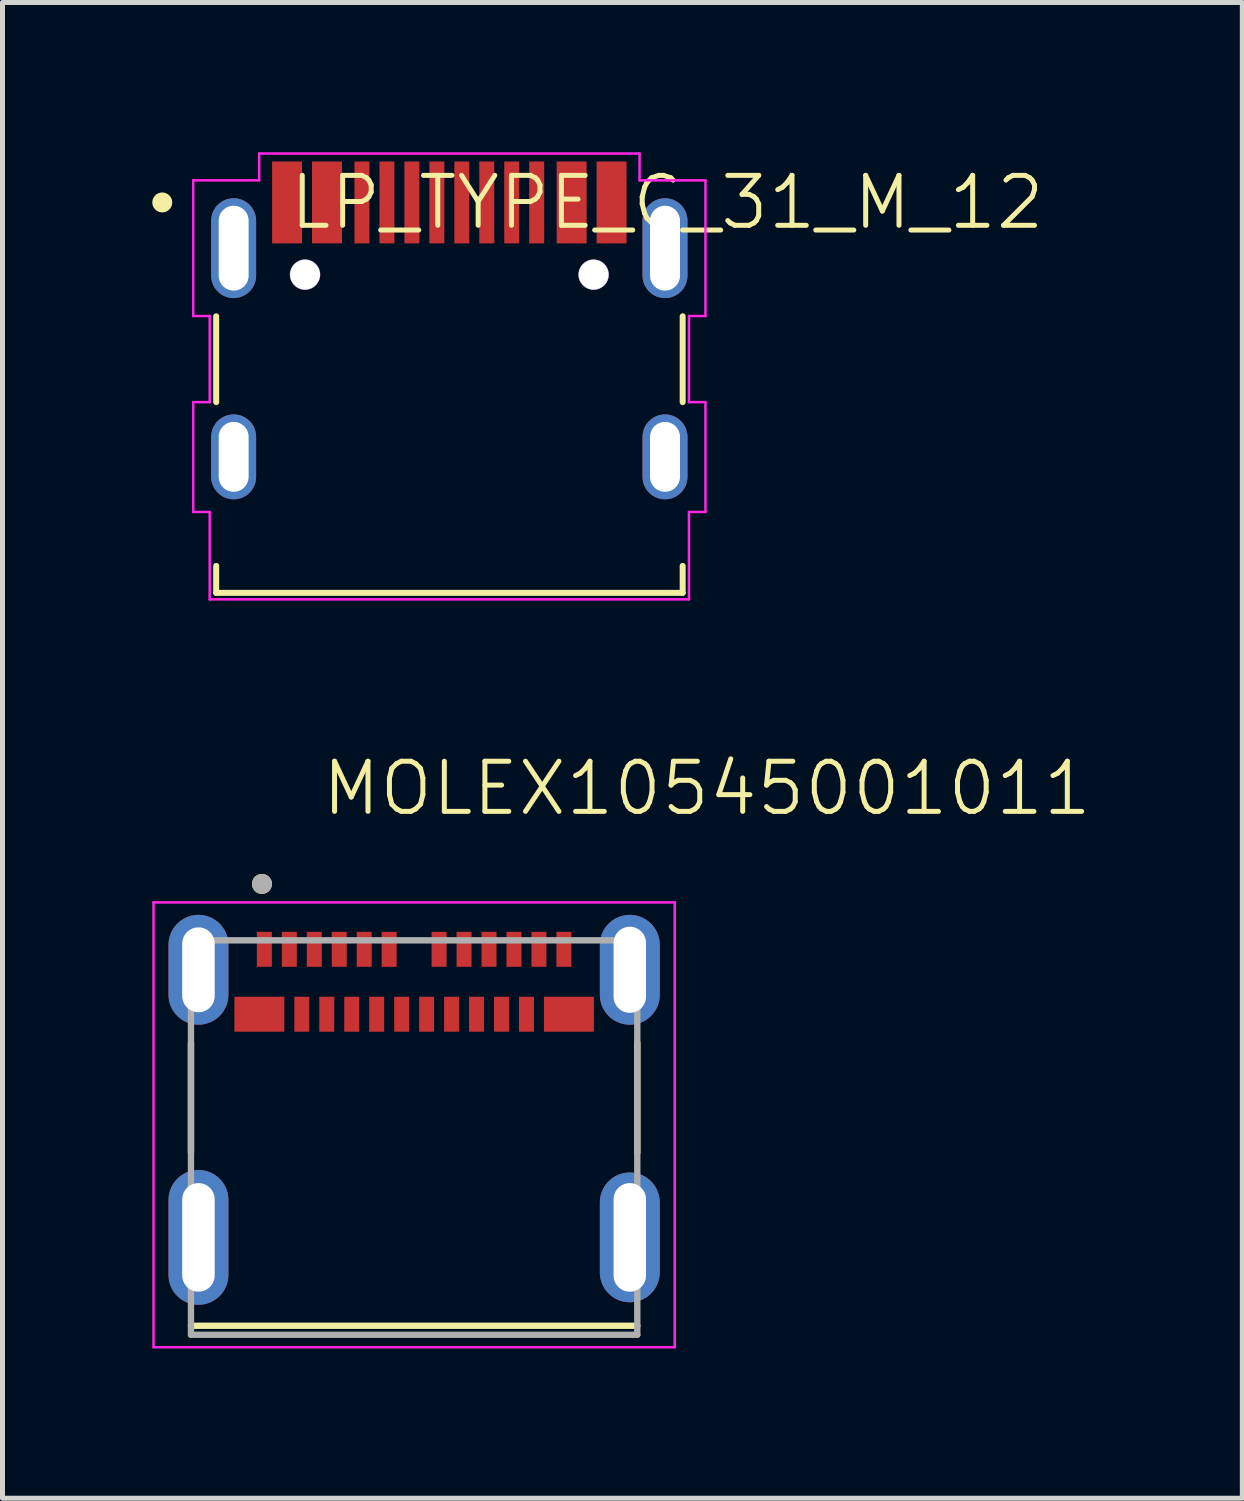
<source format=kicad_pcb>
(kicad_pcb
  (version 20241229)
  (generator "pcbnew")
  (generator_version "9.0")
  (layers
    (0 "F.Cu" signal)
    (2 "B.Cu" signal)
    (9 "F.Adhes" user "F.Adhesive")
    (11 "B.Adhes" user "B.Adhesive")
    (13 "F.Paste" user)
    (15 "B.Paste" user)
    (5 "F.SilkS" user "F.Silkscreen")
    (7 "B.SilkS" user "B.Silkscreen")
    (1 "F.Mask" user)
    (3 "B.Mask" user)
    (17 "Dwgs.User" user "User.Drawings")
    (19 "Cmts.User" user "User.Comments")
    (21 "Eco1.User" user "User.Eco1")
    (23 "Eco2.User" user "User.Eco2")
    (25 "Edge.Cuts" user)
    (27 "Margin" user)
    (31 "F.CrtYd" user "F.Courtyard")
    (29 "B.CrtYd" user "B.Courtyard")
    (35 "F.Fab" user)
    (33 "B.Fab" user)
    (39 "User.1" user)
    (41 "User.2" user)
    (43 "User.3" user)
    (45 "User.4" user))
  (footprint "LP_TYPE_C_31_M_12"
    (layer "F.Cu")
    (at 2.7 1.005)
    (property "Reference" "LP_TYPE_C_31_M_12" (at 0 0 0) (layer "F.SilkS") (effects (font (size 1 1) (thickness 0.1)) (justify left)))
    (fp_poly (pts (xy -0.35 0.87) (xy 0.35 0.87) (xy 0.35 -0.87) (xy -0.35 -0.87)) (stroke (width 0) (type solid)) (fill yes) (layer "F.Mask"))
    (fp_poly (pts (xy 0.45 0.87) (xy 1.15 0.87) (xy 1.15 -0.87) (xy 0.45 -0.87)) (stroke (width 0) (type solid)) (fill yes) (layer "F.Mask"))
    (fp_poly (pts (xy 1.3 0.87) (xy 1.7 0.87) (xy 1.7 -0.87) (xy 1.3 -0.87)) (stroke (width 0) (type solid)) (fill yes) (layer "F.Mask"))
    (fp_poly (pts (xy 1.8 0.87) (xy 2.2 0.87) (xy 2.2 -0.87) (xy 1.8 -0.87)) (stroke (width 0) (type solid)) (fill yes) (layer "F.Mask"))
    (fp_poly (pts (xy 2.3 0.87) (xy 2.7 0.87) (xy 2.7 -0.87) (xy 2.3 -0.87)) (stroke (width 0) (type solid)) (fill yes) (layer "F.Mask"))
    (fp_poly (pts (xy 2.8 0.87) (xy 3.2 0.87) (xy 3.2 -0.87) (xy 2.8 -0.87)) (stroke (width 0) (type solid)) (fill yes) (layer "F.Mask"))
    (fp_poly (pts (xy 3.3 0.87) (xy 3.7 0.87) (xy 3.7 -0.87) (xy 3.3 -0.87)) (stroke (width 0) (type solid)) (fill yes) (layer "F.Mask"))
    (fp_poly (pts (xy 3.8 0.87) (xy 4.2 0.87) (xy 4.2 -0.87) (xy 3.8 -0.87)) (stroke (width 0) (type solid)) (fill yes) (layer "F.Mask"))
    (fp_poly (pts (xy 4.3 0.87) (xy 4.7 0.87) (xy 4.7 -0.87) (xy 4.3 -0.87)) (stroke (width 0) (type solid)) (fill yes) (layer "F.Mask"))
    (fp_poly (pts (xy 4.8 0.87) (xy 5.2 0.87) (xy 5.2 -0.87) (xy 4.8 -0.87)) (stroke (width 0) (type solid)) (fill yes) (layer "F.Mask"))
    (fp_poly (pts (xy 5.35 0.87) (xy 6.05 0.87) (xy 6.05 -0.87) (xy 5.35 -0.87)) (stroke (width 0) (type solid)) (fill yes) (layer "F.Mask"))
    (fp_poly (pts (xy 6.15 0.87) (xy 6.85 0.87) (xy 6.85 -0.87) (xy 6.15 -0.87)) (stroke (width 0) (type solid)) (fill yes) (layer "F.Mask"))
    (fp_poly (pts (xy -0.57 0.366) (xy -0.58 0.268) (xy -0.608 0.175) (xy -0.654 0.088) (xy -0.716 0.012) (xy -0.792 -0.05) (xy -0.879 -0.096) (xy -0.972 -0.124) (xy -1.07 -0.134) (xy -1.168 -0.124) (xy -1.261 -0.096) (xy -1.348 -0.05) (xy -1.424 0.012) (xy -1.486 0.088) (xy -1.532 0.175) (xy -1.56 0.268) (xy -1.57 0.366) (xy -1.57 1.466) (xy -1.56 1.564) (xy -1.532 1.657) (xy -1.486 1.744) (xy -1.424 1.82) (xy -1.348 1.882) (xy -1.261 1.928) (xy -1.168 1.956) (xy -1.07 1.966) (xy -0.972 1.956) (xy -0.879 1.928) (xy -0.792 1.882) (xy -0.716 1.82) (xy -0.654 1.744) (xy -0.608 1.657) (xy -0.58 1.564) (xy -0.57 1.466)) (stroke (width 0) (type solid)) (fill yes) (layer "F.Mask"))
    (fp_poly (pts (xy -0.57 4.696) (xy -0.58 4.598) (xy -0.608 4.505) (xy -0.654 4.418) (xy -0.716 4.342) (xy -0.792 4.28) (xy -0.879 4.234) (xy -0.972 4.206) (xy -1.07 4.196) (xy -1.168 4.206) (xy -1.261 4.234) (xy -1.348 4.28) (xy -1.424 4.342) (xy -1.486 4.418) (xy -1.532 4.505) (xy -1.56 4.598) (xy -1.57 4.696) (xy -1.57 5.496) (xy -1.56 5.594) (xy -1.532 5.687) (xy -1.486 5.774) (xy -1.424 5.85) (xy -1.348 5.912) (xy -1.261 5.958) (xy -1.168 5.986) (xy -1.07 5.996) (xy -0.972 5.986) (xy -0.879 5.958) (xy -0.792 5.912) (xy -0.716 5.85) (xy -0.654 5.774) (xy -0.608 5.687) (xy -0.58 5.594) (xy -0.57 5.496)) (stroke (width 0) (type solid)) (fill yes) (layer "F.Mask"))
    (fp_poly (pts (xy 8.07 0.366) (xy 8.06 0.268) (xy 8.032 0.175) (xy 7.986 0.088) (xy 7.924 0.012) (xy 7.848 -0.05) (xy 7.761 -0.096) (xy 7.668 -0.124) (xy 7.57 -0.134) (xy 7.472 -0.124) (xy 7.379 -0.096) (xy 7.292 -0.05) (xy 7.216 0.012) (xy 7.154 0.088) (xy 7.108 0.175) (xy 7.08 0.268) (xy 7.07 0.366) (xy 7.07 1.466) (xy 7.08 1.564) (xy 7.108 1.657) (xy 7.154 1.744) (xy 7.216 1.82) (xy 7.292 1.882) (xy 7.379 1.928) (xy 7.472 1.956) (xy 7.57 1.966) (xy 7.668 1.956) (xy 7.761 1.928) (xy 7.848 1.882) (xy 7.924 1.82) (xy 7.986 1.744) (xy 8.032 1.657) (xy 8.06 1.564) (xy 8.07 1.466)) (stroke (width 0) (type solid)) (fill yes) (layer "F.Mask"))
    (fp_poly (pts (xy 8.07 4.696) (xy 8.06 4.598) (xy 8.032 4.505) (xy 7.986 4.418) (xy 7.924 4.342) (xy 7.848 4.28) (xy 7.761 4.234) (xy 7.668 4.206) (xy 7.57 4.196) (xy 7.472 4.206) (xy 7.379 4.234) (xy 7.292 4.28) (xy 7.216 4.342) (xy 7.154 4.418) (xy 7.108 4.505) (xy 7.08 4.598) (xy 7.07 4.696) (xy 7.07 5.496) (xy 7.08 5.594) (xy 7.108 5.687) (xy 7.154 5.774) (xy 7.216 5.85) (xy 7.292 5.912) (xy 7.379 5.958) (xy 7.472 5.986) (xy 7.57 5.996) (xy 7.668 5.986) (xy 7.761 5.958) (xy 7.848 5.912) (xy 7.924 5.85) (xy 7.986 5.774) (xy 8.032 5.687) (xy 8.06 5.594) (xy 8.07 5.496)) (stroke (width 0) (type solid)) (fill yes) (layer "F.Mask"))
    (fp_poly (pts (xy -0.57 0.366) (xy -0.58 0.268) (xy -0.608 0.175) (xy -0.654 0.088) (xy -0.716 0.012) (xy -0.792 -0.05) (xy -0.879 -0.096) (xy -0.972 -0.124) (xy -1.07 -0.134) (xy -1.168 -0.124) (xy -1.261 -0.096) (xy -1.348 -0.05) (xy -1.424 0.012) (xy -1.486 0.088) (xy -1.532 0.175) (xy -1.56 0.268) (xy -1.57 0.366) (xy -1.57 1.466) (xy -1.56 1.564) (xy -1.532 1.657) (xy -1.486 1.744) (xy -1.424 1.82) (xy -1.348 1.882) (xy -1.261 1.928) (xy -1.168 1.956) (xy -1.07 1.966) (xy -0.972 1.956) (xy -0.879 1.928) (xy -0.792 1.882) (xy -0.716 1.82) (xy -0.654 1.744) (xy -0.608 1.657) (xy -0.58 1.564) (xy -0.57 1.466)) (stroke (width 0) (type solid)) (fill yes) (layer "B.Mask"))
    (fp_poly (pts (xy -0.57 4.696) (xy -0.58 4.598) (xy -0.608 4.505) (xy -0.654 4.418) (xy -0.716 4.342) (xy -0.792 4.28) (xy -0.879 4.234) (xy -0.972 4.206) (xy -1.07 4.196) (xy -1.168 4.206) (xy -1.261 4.234) (xy -1.348 4.28) (xy -1.424 4.342) (xy -1.486 4.418) (xy -1.532 4.505) (xy -1.56 4.598) (xy -1.57 4.696) (xy -1.57 5.496) (xy -1.56 5.594) (xy -1.532 5.687) (xy -1.486 5.774) (xy -1.424 5.85) (xy -1.348 5.912) (xy -1.261 5.958) (xy -1.168 5.986) (xy -1.07 5.996) (xy -0.972 5.986) (xy -0.879 5.958) (xy -0.792 5.912) (xy -0.716 5.85) (xy -0.654 5.774) (xy -0.608 5.687) (xy -0.58 5.594) (xy -0.57 5.496)) (stroke (width 0) (type solid)) (fill yes) (layer "B.Mask"))
    (fp_poly (pts (xy 8.07 0.366) (xy 8.06 0.268) (xy 8.032 0.175) (xy 7.986 0.088) (xy 7.924 0.012) (xy 7.848 -0.05) (xy 7.761 -0.096) (xy 7.668 -0.124) (xy 7.57 -0.134) (xy 7.472 -0.124) (xy 7.379 -0.096) (xy 7.292 -0.05) (xy 7.216 0.012) (xy 7.154 0.088) (xy 7.108 0.175) (xy 7.08 0.268) (xy 7.07 0.366) (xy 7.07 1.466) (xy 7.08 1.564) (xy 7.108 1.657) (xy 7.154 1.744) (xy 7.216 1.82) (xy 7.292 1.882) (xy 7.379 1.928) (xy 7.472 1.956) (xy 7.57 1.966) (xy 7.668 1.956) (xy 7.761 1.928) (xy 7.848 1.882) (xy 7.924 1.82) (xy 7.986 1.744) (xy 8.032 1.657) (xy 8.06 1.564) (xy 8.07 1.466)) (stroke (width 0) (type solid)) (fill yes) (layer "B.Mask"))
    (fp_poly (pts (xy 8.07 4.696) (xy 8.06 4.598) (xy 8.032 4.505) (xy 7.986 4.418) (xy 7.924 4.342) (xy 7.848 4.28) (xy 7.761 4.234) (xy 7.668 4.206) (xy 7.57 4.196) (xy 7.472 4.206) (xy 7.379 4.234) (xy 7.292 4.28) (xy 7.216 4.342) (xy 7.154 4.418) (xy 7.108 4.505) (xy 7.08 4.598) (xy 7.07 4.696) (xy 7.07 5.496) (xy 7.08 5.594) (xy 7.108 5.687) (xy 7.154 5.774) (xy 7.216 5.85) (xy 7.292 5.912) (xy 7.379 5.958) (xy 7.472 5.986) (xy 7.57 5.996) (xy 7.668 5.986) (xy 7.761 5.958) (xy 7.848 5.912) (xy 7.924 5.85) (xy 7.986 5.774) (xy 8.032 5.687) (xy 8.06 5.594) (xy 8.07 5.496)) (stroke (width 0) (type solid)) (fill yes) (layer "B.Mask"))
    (fp_line (start -1.42 2.28) (end -1.42 4) (stroke (width 0.12) (type solid)) (layer "F.SilkS"))
    (fp_line (start -1.42 7.28) (end -1.42 7.82) (stroke (width 0.12) (type solid)) (layer "F.SilkS"))
    (fp_line (start -1.42 7.82) (end 7.924 7.82) (stroke (width 0.12) (type solid)) (layer "F.SilkS"))
    (fp_line (start 7.924 4) (end 7.924 2.28) (stroke (width 0.12) (type solid)) (layer "F.SilkS"))
    (fp_line (start 7.924 7.82) (end 7.924 7.28) (stroke (width 0.12) (type solid)) (layer "F.SilkS"))
    (fp_poly (pts (xy -2.3 0) (xy -2.304 -0.039) (xy -2.315 -0.077) (xy -2.334 -0.111) (xy -2.359 -0.141) (xy -2.389 -0.166) (xy -2.423 -0.185) (xy -2.461 -0.196) (xy -2.5 -0.2) (xy -2.539 -0.196) (xy -2.577 -0.185) (xy -2.611 -0.166) (xy -2.641 -0.141) (xy -2.666 -0.111) (xy -2.685 -0.077) (xy -2.696 -0.039) (xy -2.7 0) (xy -2.696 0.039) (xy -2.685 0.077) (xy -2.666 0.111) (xy -2.641 0.141) (xy -2.611 0.166) (xy -2.577 0.185) (xy -2.539 0.196) (xy -2.5 0.2) (xy -2.461 0.196) (xy -2.423 0.185) (xy -2.389 0.166) (xy -2.359 0.141) (xy -2.334 0.111) (xy -2.315 0.077) (xy -2.304 0.039)) (stroke (width 0) (type solid)) (fill yes) (layer "F.SilkS"))
    (fp_line (start -1.88 -0.443) (end -1.88 2.275) (stroke (width 0.05) (type solid)) (layer "F.CrtYd"))
    (fp_line (start -1.88 2.275) (end -1.55 2.275) (stroke (width 0.05) (type solid)) (layer "F.CrtYd"))
    (fp_line (start -1.88 4) (end -1.88 6.2) (stroke (width 0.05) (type solid)) (layer "F.CrtYd"))
    (fp_line (start -1.88 6.2) (end -1.55 6.2) (stroke (width 0.05) (type solid)) (layer "F.CrtYd"))
    (fp_line (start -1.55 2.275) (end -1.55 4) (stroke (width 0.05) (type solid)) (layer "F.CrtYd"))
    (fp_line (start -1.55 4) (end -1.88 4) (stroke (width 0.05) (type solid)) (layer "F.CrtYd"))
    (fp_line (start -1.55 6.2) (end -1.55 7.95) (stroke (width 0.05) (type solid)) (layer "F.CrtYd"))
    (fp_line (start -1.55 7.95) (end 8.05 7.95) (stroke (width 0.05) (type solid)) (layer "F.CrtYd"))
    (fp_line (start -0.559 -0.98) (end -0.559 -0.443) (stroke (width 0.05) (type solid)) (layer "F.CrtYd"))
    (fp_line (start -0.559 -0.443) (end -1.88 -0.443) (stroke (width 0.05) (type solid)) (layer "F.CrtYd"))
    (fp_line (start 7.06 -0.98) (end -0.559 -0.98) (stroke (width 0.05) (type solid)) (layer "F.CrtYd"))
    (fp_line (start 7.06 -0.443) (end 7.06 -0.98) (stroke (width 0.05) (type solid)) (layer "F.CrtYd"))
    (fp_line (start 8.05 2.275) (end 8.38 2.275) (stroke (width 0.05) (type solid)) (layer "F.CrtYd"))
    (fp_line (start 8.05 4) (end 8.05 2.275) (stroke (width 0.05) (type solid)) (layer "F.CrtYd"))
    (fp_line (start 8.05 6.2) (end 8.38 6.2) (stroke (width 0.05) (type solid)) (layer "F.CrtYd"))
    (fp_line (start 8.05 7.95) (end 8.05 6.2) (stroke (width 0.05) (type solid)) (layer "F.CrtYd"))
    (fp_line (start 8.38 -0.443) (end 7.06 -0.443) (stroke (width 0.05) (type solid)) (layer "F.CrtYd"))
    (fp_line (start 8.38 2.275) (end 8.38 -0.443) (stroke (width 0.05) (type solid)) (layer "F.CrtYd"))
    (fp_line (start 8.38 4) (end 8.05 4) (stroke (width 0.05) (type solid)) (layer "F.CrtYd"))
    (fp_line (start 8.38 6.2) (end 8.38 4) (stroke (width 0.05) (type solid)) (layer "F.CrtYd"))
    (pad "13" thru_hole oval (at -1.07 0.916 90) (size 2 0.9) (drill oval 1.7 0.6) (layers "*.Cu"))
    (pad "14" thru_hole oval (at 7.57 0.916 90) (size 2 0.9) (drill oval 1.7 0.6) (layers "*.Cu"))
    (pad "15" thru_hole oval (at -1.07 5.096 90) (size 1.7 0.9) (drill oval 1.4 0.6) (layers "*.Cu"))
    (pad "16" thru_hole oval (at 7.57 5.096 90) (size 1.7 0.9) (drill oval 1.4 0.6) (layers "*.Cu"))
    (pad "17" thru_hole circle (at 0.36 1.446 90) (size 0.61 0.61) (drill 0.6) (layers "*.Cu"))
    (pad "18" thru_hole circle (at 6.14 1.446 90) (size 0.61 0.61) (drill 0.6) (layers "*.Cu"))
    (pad "A1-B12" smd rect (at 0 0) (size 0.6 1.64) (layers "F.Cu" "F.Paste"))
    (pad "A4-B9" smd rect (at 0.8 0) (size 0.6 1.64) (layers "F.Cu" "F.Paste"))
    (pad "A5" smd rect (at 2 0) (size 0.3 1.64) (layers "F.Cu" "F.Paste"))
    (pad "A6" smd rect (at 3 0) (size 0.3 1.64) (layers "F.Cu" "F.Paste"))
    (pad "A7" smd rect (at 3.5 0) (size 0.3 1.64) (layers "F.Cu" "F.Paste"))
    (pad "A8" smd rect (at 4.5 0) (size 0.3 1.64) (layers "F.Cu" "F.Paste"))
    (pad "B1-A12" smd rect (at 6.5 0) (size 0.6 1.64) (layers "F.Cu" "F.Paste"))
    (pad "B4-A9" smd rect (at 5.7 0) (size 0.6 1.64) (layers "F.Cu" "F.Paste"))
    (pad "B5" smd rect (at 5 0) (size 0.3 1.64) (layers "F.Cu" "F.Paste"))
    (pad "B6" smd rect (at 4 0) (size 0.3 1.64) (layers "F.Cu" "F.Paste"))
    (pad "B7" smd rect (at 2.5 0) (size 0.3 1.64) (layers "F.Cu" "F.Paste"))
    (pad "B8" smd rect (at 1.5 0) (size 0.3 1.64) (layers "F.Cu" "F.Paste")))
  (footprint "MOLEX10545001011"
    (layer "F.Cu")
    (at 5.245 19.735)
    (property "Reference" "MOLEX10545001011" (at -1.899 -6.993 0) (layer "F.SilkS") (effects (font (size 1.004 1.004) (thickness 0.1)) (justify left)))
    (fp_line (start -4.47 0.3) (end -4.47 -1.9) (stroke (width 0.127) (type solid)) (layer "F.SilkS"))
    (fp_line (start -4.47 3.77) (end 4.47 3.77) (stroke (width 0.127) (type solid)) (layer "F.SilkS"))
    (fp_line (start 4.47 0.3) (end 4.47 -1.9) (stroke (width 0.127) (type solid)) (layer "F.SilkS"))
    (fp_arc (start -2.948 -5.08) (mid -3.148 -5.08) (end -2.948 -5.08) (stroke (width 0.2) (type solid)) (layer "F.SilkS"))
    (fp_line (start -5.22 -4.71) (end 5.22 -4.71) (stroke (width 0.05) (type solid)) (layer "F.CrtYd"))
    (fp_line (start -5.22 4.2) (end -5.22 -4.71) (stroke (width 0.05) (type solid)) (layer "F.CrtYd"))
    (fp_line (start 5.22 -4.71) (end 5.22 4.2) (stroke (width 0.05) (type solid)) (layer "F.CrtYd"))
    (fp_line (start 5.22 4.2) (end -5.22 4.2) (stroke (width 0.05) (type solid)) (layer "F.CrtYd"))
    (fp_line (start -4.47 -3.95) (end -4.47 3.95) (stroke (width 0.127) (type solid)) (layer "F.Fab"))
    (fp_line (start -4.47 3.95) (end 4.47 3.95) (stroke (width 0.127) (type solid)) (layer "F.Fab"))
    (fp_line (start 4.47 -3.95) (end -4.47 -3.95) (stroke (width 0.127) (type solid)) (layer "F.Fab"))
    (fp_line (start 4.47 3.95) (end 4.47 -3.95) (stroke (width 0.127) (type solid)) (layer "F.Fab"))
    (fp_arc (start -2.948 -5.08) (mid -3.148 -5.08) (end -2.948 -5.08) (stroke (width 0.2) (type solid)) (layer "F.Fab"))
    (pad "A1" smd rect (at -3 -3.77) (size 0.3 0.7) (layers "F.Cu" "F.Mask" "F.Paste"))
    (pad "A2" smd rect (at -2.5 -3.77) (size 0.3 0.7) (layers "F.Cu" "F.Mask" "F.Paste"))
    (pad "A3" smd rect (at -2 -3.77) (size 0.3 0.7) (layers "F.Cu" "F.Mask" "F.Paste"))
    (pad "A4" smd rect (at -1.5 -3.77) (size 0.3 0.7) (layers "F.Cu" "F.Mask" "F.Paste"))
    (pad "A5" smd rect (at -1 -3.77) (size 0.3 0.7) (layers "F.Cu" "F.Mask" "F.Paste"))
    (pad "A6" smd rect (at -0.5 -3.77) (size 0.3 0.7) (layers "F.Cu" "F.Mask" "F.Paste"))
    (pad "A7" smd rect (at 0.5 -3.77) (size 0.3 0.7) (layers "F.Cu" "F.Mask" "F.Paste"))
    (pad "A8" smd rect (at 1 -3.77) (size 0.3 0.7) (layers "F.Cu" "F.Mask" "F.Paste"))
    (pad "A9" smd rect (at 1.5 -3.77) (size 0.3 0.7) (layers "F.Cu" "F.Mask" "F.Paste"))
    (pad "A10" smd rect (at 2 -3.77) (size 0.3 0.7) (layers "F.Cu" "F.Mask" "F.Paste"))
    (pad "A11" smd rect (at 2.5 -3.77) (size 0.3 0.7) (layers "F.Cu" "F.Mask" "F.Paste"))
    (pad "A12" smd rect (at 3 -3.77) (size 0.3 0.7) (layers "F.Cu" "F.Mask" "F.Paste"))
    (pad "B1" smd rect (at 3.1 -2.47) (size 1 0.7) (layers "F.Cu" "F.Mask" "F.Paste"))
    (pad "B2" smd rect (at 2.25 -2.47) (size 0.3 0.7) (layers "F.Cu" "F.Mask" "F.Paste"))
    (pad "B3" smd rect (at 1.75 -2.47) (size 0.3 0.7) (layers "F.Cu" "F.Mask" "F.Paste"))
    (pad "B4" smd rect (at 1.25 -2.47) (size 0.3 0.7) (layers "F.Cu" "F.Mask" "F.Paste"))
    (pad "B5" smd rect (at 0.75 -2.47) (size 0.3 0.7) (layers "F.Cu" "F.Mask" "F.Paste"))
    (pad "B6" smd rect (at 0.25 -2.47) (size 0.3 0.7) (layers "F.Cu" "F.Mask" "F.Paste"))
    (pad "B7" smd rect (at -0.25 -2.47) (size 0.3 0.7) (layers "F.Cu" "F.Mask" "F.Paste"))
    (pad "B8" smd rect (at -0.75 -2.47) (size 0.3 0.7) (layers "F.Cu" "F.Mask" "F.Paste"))
    (pad "B9" smd rect (at -1.25 -2.47) (size 0.3 0.7) (layers "F.Cu" "F.Mask" "F.Paste"))
    (pad "B10" smd rect (at -1.75 -2.47) (size 0.3 0.7) (layers "F.Cu" "F.Mask" "F.Paste"))
    (pad "B11" smd rect (at -2.25 -2.47) (size 0.3 0.7) (layers "F.Cu" "F.Mask" "F.Paste"))
    (pad "B12" smd rect (at -3.1 -2.47) (size 1 0.7) (layers "F.Cu" "F.Mask" "F.Paste"))
    (pad "S1" thru_hole oval (at -4.32 -3.36) (size 1.2 2.2) (drill oval 0.65 1.7) (layers "*.Cu" "*.Mask"))
    (pad "S2" thru_hole oval (at 4.32 -3.36) (size 1.2 2.2) (drill oval 0.65 1.725) (layers "*.Cu" "*.Mask"))
    (pad "S3" thru_hole oval (at -4.32 2) (size 1.2 2.7) (drill oval 0.65 2.175) (layers "*.Cu" "*.Mask"))
    (pad "S4" thru_hole oval (at 4.32 2) (size 1.2 2.6) (drill oval 0.65 2.175) (layers "*.Cu" "*.Mask")))
  (gr_rect
    (start -3 -3)
    (end 21.834 26.96)
    (stroke (width 0.1) (type default))
    (fill no)
    (layer "Edge.Cuts")))
</source>
